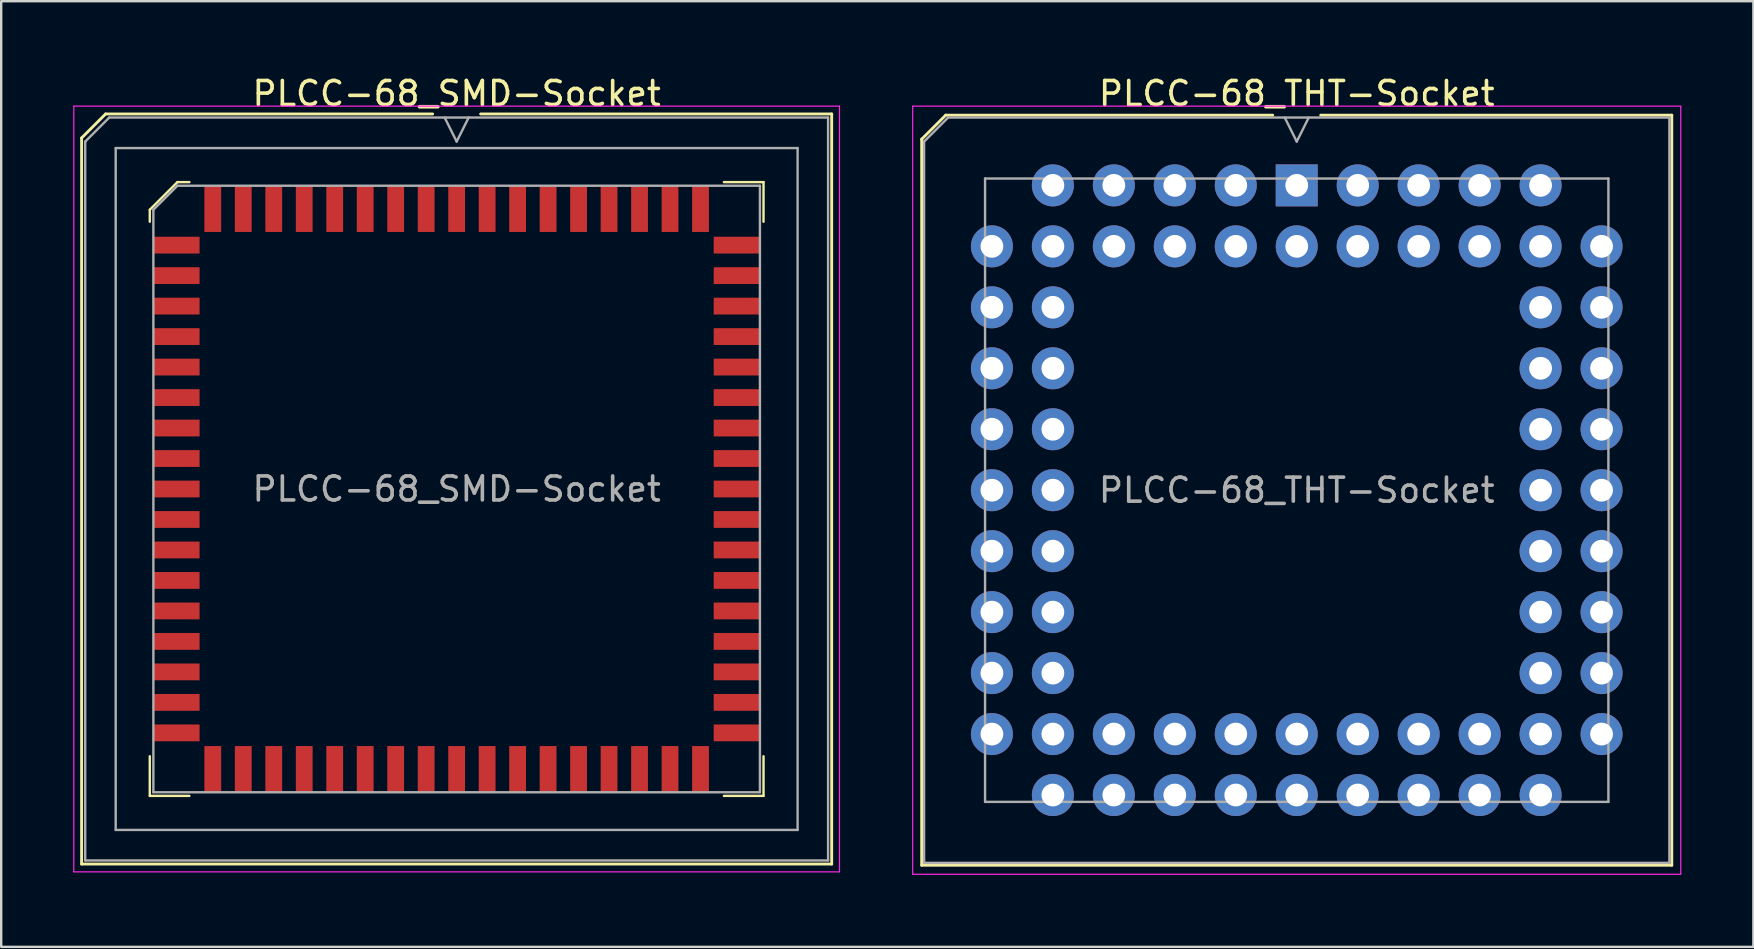
<source format=kicad_pcb>
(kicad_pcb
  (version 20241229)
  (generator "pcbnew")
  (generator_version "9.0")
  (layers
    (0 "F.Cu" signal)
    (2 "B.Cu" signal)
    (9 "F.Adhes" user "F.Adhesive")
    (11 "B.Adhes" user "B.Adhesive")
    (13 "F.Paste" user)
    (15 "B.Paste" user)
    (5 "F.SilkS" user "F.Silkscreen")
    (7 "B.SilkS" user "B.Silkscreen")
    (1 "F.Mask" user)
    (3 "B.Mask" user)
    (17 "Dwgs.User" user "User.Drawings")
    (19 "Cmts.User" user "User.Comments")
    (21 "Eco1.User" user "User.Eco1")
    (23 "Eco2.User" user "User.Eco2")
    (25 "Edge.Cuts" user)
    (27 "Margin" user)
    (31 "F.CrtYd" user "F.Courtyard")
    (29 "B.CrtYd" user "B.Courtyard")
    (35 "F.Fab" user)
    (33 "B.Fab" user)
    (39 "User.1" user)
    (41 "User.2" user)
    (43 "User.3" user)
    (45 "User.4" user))
  (footprint "PLCC-68_THT-Socket"
    (layer "F.Cu")
    (at 50.975 4.673)
    (property "Reference" "PLCC-68_THT-Socket" (at 0 -3.825 0) (layer "F.SilkS") (effects (font (size 1 1) (thickness 0.15))))
    (attr through_hole)
    (fp_line (start -15.625 -1.925) (end -15.625 28.325) (stroke (width 0.12) (type solid)) (layer "F.SilkS"))
    (fp_line (start -15.625 28.325) (end 15.625 28.325) (stroke (width 0.12) (type solid)) (layer "F.SilkS"))
    (fp_line (start -14.625 -2.925) (end -15.625 -1.925) (stroke (width 0.12) (type solid)) (layer "F.SilkS"))
    (fp_line (start -1 -2.925) (end -14.625 -2.925) (stroke (width 0.12) (type solid)) (layer "F.SilkS"))
    (fp_line (start 15.625 -2.925) (end 1 -2.925) (stroke (width 0.12) (type solid)) (layer "F.SilkS"))
    (fp_line (start 15.625 28.325) (end 15.625 -2.925) (stroke (width 0.12) (type solid)) (layer "F.SilkS"))
    (fp_line (start -16 -3.3) (end -16 28.7) (stroke (width 0.05) (type solid)) (layer "F.CrtYd"))
    (fp_line (start -16 28.7) (end 16 28.7) (stroke (width 0.05) (type solid)) (layer "F.CrtYd"))
    (fp_line (start 16 -3.3) (end -16 -3.3) (stroke (width 0.05) (type solid)) (layer "F.CrtYd"))
    (fp_line (start 16 28.7) (end 16 -3.3) (stroke (width 0.05) (type solid)) (layer "F.CrtYd"))
    (fp_line (start -15.525 -1.825) (end -15.525 28.225) (stroke (width 0.1) (type solid)) (layer "F.Fab"))
    (fp_line (start -15.525 28.225) (end 15.525 28.225) (stroke (width 0.1) (type solid)) (layer "F.Fab"))
    (fp_line (start -14.525 -2.825) (end -15.525 -1.825) (stroke (width 0.1) (type solid)) (layer "F.Fab"))
    (fp_line (start -12.985 -0.285) (end -12.985 25.685) (stroke (width 0.1) (type solid)) (layer "F.Fab"))
    (fp_line (start -12.985 25.685) (end 12.985 25.685) (stroke (width 0.1) (type solid)) (layer "F.Fab"))
    (fp_line (start -0.5 -2.825) (end 0 -1.825) (stroke (width 0.1) (type solid)) (layer "F.Fab"))
    (fp_line (start 0 -1.825) (end 0.5 -2.825) (stroke (width 0.1) (type solid)) (layer "F.Fab"))
    (fp_line (start 12.985 -0.285) (end -12.985 -0.285) (stroke (width 0.1) (type solid)) (layer "F.Fab"))
    (fp_line (start 12.985 25.685) (end 12.985 -0.285) (stroke (width 0.1) (type solid)) (layer "F.Fab"))
    (fp_line (start 15.525 -2.825) (end -14.525 -2.825) (stroke (width 0.1) (type solid)) (layer "F.Fab"))
    (fp_line (start 15.525 28.225) (end 15.525 -2.825) (stroke (width 0.1) (type solid)) (layer "F.Fab"))
    (fp_text user "${REFERENCE}" (at 0 12.7 0) (layer "F.Fab") (effects (font (size 1 1) (thickness 0.15))))
    (pad "1" thru_hole rect (at 0 0) (size 1.75 1.75) (drill 0.95) (layers "*.Cu" "*.Mask"))
    (pad "2" thru_hole circle (at 0 2.54) (size 1.75 1.75) (drill 0.95) (layers "*.Cu" "*.Mask"))
    (pad "3" thru_hole circle (at -2.54 0) (size 1.75 1.75) (drill 0.95) (layers "*.Cu" "*.Mask"))
    (pad "4" thru_hole circle (at -2.54 2.54) (size 1.75 1.75) (drill 0.95) (layers "*.Cu" "*.Mask"))
    (pad "5" thru_hole circle (at -5.08 0) (size 1.75 1.75) (drill 0.95) (layers "*.Cu" "*.Mask"))
    (pad "6" thru_hole circle (at -5.08 2.54) (size 1.75 1.75) (drill 0.95) (layers "*.Cu" "*.Mask"))
    (pad "7" thru_hole circle (at -7.62 0) (size 1.75 1.75) (drill 0.95) (layers "*.Cu" "*.Mask"))
    (pad "8" thru_hole circle (at -7.62 2.54) (size 1.75 1.75) (drill 0.95) (layers "*.Cu" "*.Mask"))
    (pad "9" thru_hole circle (at -10.16 0) (size 1.75 1.75) (drill 0.95) (layers "*.Cu" "*.Mask"))
    (pad "10" thru_hole circle (at -12.7 2.54) (size 1.75 1.75) (drill 0.95) (layers "*.Cu" "*.Mask"))
    (pad "11" thru_hole circle (at -10.16 2.54) (size 1.75 1.75) (drill 0.95) (layers "*.Cu" "*.Mask"))
    (pad "12" thru_hole circle (at -12.7 5.08) (size 1.75 1.75) (drill 0.95) (layers "*.Cu" "*.Mask"))
    (pad "13" thru_hole circle (at -10.16 5.08) (size 1.75 1.75) (drill 0.95) (layers "*.Cu" "*.Mask"))
    (pad "14" thru_hole circle (at -12.7 7.62) (size 1.75 1.75) (drill 0.95) (layers "*.Cu" "*.Mask"))
    (pad "15" thru_hole circle (at -10.16 7.62) (size 1.75 1.75) (drill 0.95) (layers "*.Cu" "*.Mask"))
    (pad "16" thru_hole circle (at -12.7 10.16) (size 1.75 1.75) (drill 0.95) (layers "*.Cu" "*.Mask"))
    (pad "17" thru_hole circle (at -10.16 10.16) (size 1.75 1.75) (drill 0.95) (layers "*.Cu" "*.Mask"))
    (pad "18" thru_hole circle (at -12.7 12.7) (size 1.75 1.75) (drill 0.95) (layers "*.Cu" "*.Mask"))
    (pad "19" thru_hole circle (at -10.16 12.7) (size 1.75 1.75) (drill 0.95) (layers "*.Cu" "*.Mask"))
    (pad "20" thru_hole circle (at -12.7 15.24) (size 1.75 1.75) (drill 0.95) (layers "*.Cu" "*.Mask"))
    (pad "21" thru_hole circle (at -10.16 15.24) (size 1.75 1.75) (drill 0.95) (layers "*.Cu" "*.Mask"))
    (pad "22" thru_hole circle (at -12.7 17.78) (size 1.75 1.75) (drill 0.95) (layers "*.Cu" "*.Mask"))
    (pad "23" thru_hole circle (at -10.16 17.78) (size 1.75 1.75) (drill 0.95) (layers "*.Cu" "*.Mask"))
    (pad "24" thru_hole circle (at -12.7 20.32) (size 1.75 1.75) (drill 0.95) (layers "*.Cu" "*.Mask"))
    (pad "25" thru_hole circle (at -10.16 20.32) (size 1.75 1.75) (drill 0.95) (layers "*.Cu" "*.Mask"))
    (pad "26" thru_hole circle (at -12.7 22.86) (size 1.75 1.75) (drill 0.95) (layers "*.Cu" "*.Mask"))
    (pad "27" thru_hole circle (at -10.16 25.4) (size 1.75 1.75) (drill 0.95) (layers "*.Cu" "*.Mask"))
    (pad "28" thru_hole circle (at -10.16 22.86) (size 1.75 1.75) (drill 0.95) (layers "*.Cu" "*.Mask"))
    (pad "29" thru_hole circle (at -7.62 25.4) (size 1.75 1.75) (drill 0.95) (layers "*.Cu" "*.Mask"))
    (pad "30" thru_hole circle (at -7.62 22.86) (size 1.75 1.75) (drill 0.95) (layers "*.Cu" "*.Mask"))
    (pad "31" thru_hole circle (at -5.08 25.4) (size 1.75 1.75) (drill 0.95) (layers "*.Cu" "*.Mask"))
    (pad "32" thru_hole circle (at -5.08 22.86) (size 1.75 1.75) (drill 0.95) (layers "*.Cu" "*.Mask"))
    (pad "33" thru_hole circle (at -2.54 25.4) (size 1.75 1.75) (drill 0.95) (layers "*.Cu" "*.Mask"))
    (pad "34" thru_hole circle (at -2.54 22.86) (size 1.75 1.75) (drill 0.95) (layers "*.Cu" "*.Mask"))
    (pad "35" thru_hole circle (at 0 25.4) (size 1.75 1.75) (drill 0.95) (layers "*.Cu" "*.Mask"))
    (pad "36" thru_hole circle (at 0 22.86) (size 1.75 1.75) (drill 0.95) (layers "*.Cu" "*.Mask"))
    (pad "37" thru_hole circle (at 2.54 25.4) (size 1.75 1.75) (drill 0.95) (layers "*.Cu" "*.Mask"))
    (pad "38" thru_hole circle (at 2.54 22.86) (size 1.75 1.75) (drill 0.95) (layers "*.Cu" "*.Mask"))
    (pad "39" thru_hole circle (at 5.08 25.4) (size 1.75 1.75) (drill 0.95) (layers "*.Cu" "*.Mask"))
    (pad "40" thru_hole circle (at 5.08 22.86) (size 1.75 1.75) (drill 0.95) (layers "*.Cu" "*.Mask"))
    (pad "41" thru_hole circle (at 7.62 25.4) (size 1.75 1.75) (drill 0.95) (layers "*.Cu" "*.Mask"))
    (pad "42" thru_hole circle (at 7.62 22.86) (size 1.75 1.75) (drill 0.95) (layers "*.Cu" "*.Mask"))
    (pad "43" thru_hole circle (at 10.16 25.4) (size 1.75 1.75) (drill 0.95) (layers "*.Cu" "*.Mask"))
    (pad "44" thru_hole circle (at 12.7 22.86) (size 1.75 1.75) (drill 0.95) (layers "*.Cu" "*.Mask"))
    (pad "45" thru_hole circle (at 10.16 22.86) (size 1.75 1.75) (drill 0.95) (layers "*.Cu" "*.Mask"))
    (pad "46" thru_hole circle (at 12.7 20.32) (size 1.75 1.75) (drill 0.95) (layers "*.Cu" "*.Mask"))
    (pad "47" thru_hole circle (at 10.16 20.32) (size 1.75 1.75) (drill 0.95) (layers "*.Cu" "*.Mask"))
    (pad "48" thru_hole circle (at 12.7 17.78) (size 1.75 1.75) (drill 0.95) (layers "*.Cu" "*.Mask"))
    (pad "49" thru_hole circle (at 10.16 17.78) (size 1.75 1.75) (drill 0.95) (layers "*.Cu" "*.Mask"))
    (pad "50" thru_hole circle (at 12.7 15.24) (size 1.75 1.75) (drill 0.95) (layers "*.Cu" "*.Mask"))
    (pad "51" thru_hole circle (at 10.16 15.24) (size 1.75 1.75) (drill 0.95) (layers "*.Cu" "*.Mask"))
    (pad "52" thru_hole circle (at 12.7 12.7) (size 1.75 1.75) (drill 0.95) (layers "*.Cu" "*.Mask"))
    (pad "53" thru_hole circle (at 10.16 12.7) (size 1.75 1.75) (drill 0.95) (layers "*.Cu" "*.Mask"))
    (pad "54" thru_hole circle (at 12.7 10.16) (size 1.75 1.75) (drill 0.95) (layers "*.Cu" "*.Mask"))
    (pad "55" thru_hole circle (at 10.16 10.16) (size 1.75 1.75) (drill 0.95) (layers "*.Cu" "*.Mask"))
    (pad "56" thru_hole circle (at 12.7 7.62) (size 1.75 1.75) (drill 0.95) (layers "*.Cu" "*.Mask"))
    (pad "57" thru_hole circle (at 10.16 7.62) (size 1.75 1.75) (drill 0.95) (layers "*.Cu" "*.Mask"))
    (pad "58" thru_hole circle (at 12.7 5.08) (size 1.75 1.75) (drill 0.95) (layers "*.Cu" "*.Mask"))
    (pad "59" thru_hole circle (at 10.16 5.08) (size 1.75 1.75) (drill 0.95) (layers "*.Cu" "*.Mask"))
    (pad "60" thru_hole circle (at 12.7 2.54) (size 1.75 1.75) (drill 0.95) (layers "*.Cu" "*.Mask"))
    (pad "61" thru_hole circle (at 10.16 0) (size 1.75 1.75) (drill 0.95) (layers "*.Cu" "*.Mask"))
    (pad "62" thru_hole circle (at 10.16 2.54) (size 1.75 1.75) (drill 0.95) (layers "*.Cu" "*.Mask"))
    (pad "63" thru_hole circle (at 7.62 0) (size 1.75 1.75) (drill 0.95) (layers "*.Cu" "*.Mask"))
    (pad "64" thru_hole circle (at 7.62 2.54) (size 1.75 1.75) (drill 0.95) (layers "*.Cu" "*.Mask"))
    (pad "65" thru_hole circle (at 5.08 0) (size 1.75 1.75) (drill 0.95) (layers "*.Cu" "*.Mask"))
    (pad "66" thru_hole circle (at 5.08 2.54) (size 1.75 1.75) (drill 0.95) (layers "*.Cu" "*.Mask"))
    (pad "67" thru_hole circle (at 2.54 0) (size 1.75 1.75) (drill 0.95) (layers "*.Cu" "*.Mask"))
    (pad "68" thru_hole circle (at 2.54 2.54) (size 1.75 1.75) (drill 0.95) (layers "*.Cu" "*.Mask")))
  (footprint "PLCC-68_SMD-Socket"
    (layer "F.Cu")
    (at 15.975 17.323)
    (property "Reference" "PLCC-68_SMD-Socket" (at 0 -16.475 0) (layer "F.SilkS") (effects (font (size 1 1) (thickness 0.15))))
    (attr smd)
    (fp_line (start -15.625 -14.625) (end -15.625 15.625) (stroke (width 0.12) (type solid)) (layer "F.SilkS"))
    (fp_line (start -15.625 15.625) (end 15.625 15.625) (stroke (width 0.12) (type solid)) (layer "F.SilkS"))
    (fp_line (start -14.625 -15.625) (end -15.625 -14.625) (stroke (width 0.12) (type solid)) (layer "F.SilkS"))
    (fp_line (start -12.785 -11.635) (end -12.785 -11.135) (stroke (width 0.1) (type solid)) (layer "F.SilkS"))
    (fp_line (start -12.785 12.785) (end -12.785 11.135) (stroke (width 0.1) (type solid)) (layer "F.SilkS"))
    (fp_line (start -11.635 -12.785) (end -12.785 -11.635) (stroke (width 0.1) (type solid)) (layer "F.SilkS"))
    (fp_line (start -11.135 -12.785) (end -11.635 -12.785) (stroke (width 0.1) (type solid)) (layer "F.SilkS"))
    (fp_line (start -11.135 12.785) (end -12.785 12.785) (stroke (width 0.1) (type solid)) (layer "F.SilkS"))
    (fp_line (start -1 -15.625) (end -14.625 -15.625) (stroke (width 0.12) (type solid)) (layer "F.SilkS"))
    (fp_line (start 11.135 -12.785) (end 12.785 -12.785) (stroke (width 0.1) (type solid)) (layer "F.SilkS"))
    (fp_line (start 11.135 12.785) (end 12.785 12.785) (stroke (width 0.1) (type solid)) (layer "F.SilkS"))
    (fp_line (start 12.785 -12.785) (end 12.785 -11.135) (stroke (width 0.1) (type solid)) (layer "F.SilkS"))
    (fp_line (start 12.785 12.785) (end 12.785 11.135) (stroke (width 0.1) (type solid)) (layer "F.SilkS"))
    (fp_line (start 15.625 -15.625) (end 1 -15.625) (stroke (width 0.12) (type solid)) (layer "F.SilkS"))
    (fp_line (start 15.625 15.625) (end 15.625 -15.625) (stroke (width 0.12) (type solid)) (layer "F.SilkS"))
    (fp_line (start -15.95 -15.95) (end -15.95 15.95) (stroke (width 0.05) (type solid)) (layer "F.CrtYd"))
    (fp_line (start -15.95 15.95) (end 15.95 15.95) (stroke (width 0.05) (type solid)) (layer "F.CrtYd"))
    (fp_line (start 15.95 -15.95) (end -15.95 -15.95) (stroke (width 0.05) (type solid)) (layer "F.CrtYd"))
    (fp_line (start 15.95 15.95) (end 15.95 -15.95) (stroke (width 0.05) (type solid)) (layer "F.CrtYd"))
    (fp_line (start -15.475 -14.475) (end -15.475 15.475) (stroke (width 0.1) (type solid)) (layer "F.Fab"))
    (fp_line (start -15.475 15.475) (end 15.475 15.475) (stroke (width 0.1) (type solid)) (layer "F.Fab"))
    (fp_line (start -14.475 -15.475) (end -15.475 -14.475) (stroke (width 0.1) (type solid)) (layer "F.Fab"))
    (fp_line (start -14.205 -14.205) (end -14.205 14.205) (stroke (width 0.1) (type solid)) (layer "F.Fab"))
    (fp_line (start -14.205 14.205) (end 14.205 14.205) (stroke (width 0.1) (type solid)) (layer "F.Fab"))
    (fp_line (start -12.635 -11.635) (end -12.635 12.635) (stroke (width 0.1) (type solid)) (layer "F.Fab"))
    (fp_line (start -12.635 12.635) (end 12.635 12.635) (stroke (width 0.1) (type solid)) (layer "F.Fab"))
    (fp_line (start -11.635 -12.635) (end -12.635 -11.635) (stroke (width 0.1) (type solid)) (layer "F.Fab"))
    (fp_line (start -0.5 -15.475) (end 0 -14.475) (stroke (width 0.1) (type solid)) (layer "F.Fab"))
    (fp_line (start 0 -14.475) (end 0.5 -15.475) (stroke (width 0.1) (type solid)) (layer "F.Fab"))
    (fp_line (start 12.635 -12.635) (end -11.635 -12.635) (stroke (width 0.1) (type solid)) (layer "F.Fab"))
    (fp_line (start 12.635 12.635) (end 12.635 -12.635) (stroke (width 0.1) (type solid)) (layer "F.Fab"))
    (fp_line (start 14.205 -14.205) (end -14.205 -14.205) (stroke (width 0.1) (type solid)) (layer "F.Fab"))
    (fp_line (start 14.205 14.205) (end 14.205 -14.205) (stroke (width 0.1) (type solid)) (layer "F.Fab"))
    (fp_line (start 15.475 -15.475) (end -14.475 -15.475) (stroke (width 0.1) (type solid)) (layer "F.Fab"))
    (fp_line (start 15.475 15.475) (end 15.475 -15.475) (stroke (width 0.1) (type solid)) (layer "F.Fab"))
    (fp_text user "${REFERENCE}" (at 0 0 0) (layer "F.Fab") (effects (font (size 1 1) (thickness 0.15))))
    (pad "1" smd rect (at 0 -11.672) (size 0.7 1.925) (layers "F.Cu" "F.Mask" "F.Paste"))
    (pad "2" smd rect (at -1.27 -11.672) (size 0.7 1.925) (layers "F.Cu" "F.Mask" "F.Paste"))
    (pad "3" smd rect (at -2.54 -11.672) (size 0.7 1.925) (layers "F.Cu" "F.Mask" "F.Paste"))
    (pad "4" smd rect (at -3.81 -11.672) (size 0.7 1.925) (layers "F.Cu" "F.Mask" "F.Paste"))
    (pad "5" smd rect (at -5.08 -11.672) (size 0.7 1.925) (layers "F.Cu" "F.Mask" "F.Paste"))
    (pad "6" smd rect (at -6.35 -11.672) (size 0.7 1.925) (layers "F.Cu" "F.Mask" "F.Paste"))
    (pad "7" smd rect (at -7.62 -11.672) (size 0.7 1.925) (layers "F.Cu" "F.Mask" "F.Paste"))
    (pad "8" smd rect (at -8.89 -11.672) (size 0.7 1.925) (layers "F.Cu" "F.Mask" "F.Paste"))
    (pad "9" smd rect (at -10.16 -11.672) (size 0.7 1.925) (layers "F.Cu" "F.Mask" "F.Paste"))
    (pad "10" smd rect (at -11.672 -10.16) (size 1.925 0.7) (layers "F.Cu" "F.Mask" "F.Paste"))
    (pad "11" smd rect (at -11.672 -8.89) (size 1.925 0.7) (layers "F.Cu" "F.Mask" "F.Paste"))
    (pad "12" smd rect (at -11.672 -7.62) (size 1.925 0.7) (layers "F.Cu" "F.Mask" "F.Paste"))
    (pad "13" smd rect (at -11.672 -6.35) (size 1.925 0.7) (layers "F.Cu" "F.Mask" "F.Paste"))
    (pad "14" smd rect (at -11.672 -5.08) (size 1.925 0.7) (layers "F.Cu" "F.Mask" "F.Paste"))
    (pad "15" smd rect (at -11.672 -3.81) (size 1.925 0.7) (layers "F.Cu" "F.Mask" "F.Paste"))
    (pad "16" smd rect (at -11.672 -2.54) (size 1.925 0.7) (layers "F.Cu" "F.Mask" "F.Paste"))
    (pad "17" smd rect (at -11.672 -1.27) (size 1.925 0.7) (layers "F.Cu" "F.Mask" "F.Paste"))
    (pad "18" smd rect (at -11.672 0) (size 1.925 0.7) (layers "F.Cu" "F.Mask" "F.Paste"))
    (pad "19" smd rect (at -11.672 1.27) (size 1.925 0.7) (layers "F.Cu" "F.Mask" "F.Paste"))
    (pad "20" smd rect (at -11.672 2.54) (size 1.925 0.7) (layers "F.Cu" "F.Mask" "F.Paste"))
    (pad "21" smd rect (at -11.672 3.81) (size 1.925 0.7) (layers "F.Cu" "F.Mask" "F.Paste"))
    (pad "22" smd rect (at -11.672 5.08) (size 1.925 0.7) (layers "F.Cu" "F.Mask" "F.Paste"))
    (pad "23" smd rect (at -11.672 6.35) (size 1.925 0.7) (layers "F.Cu" "F.Mask" "F.Paste"))
    (pad "24" smd rect (at -11.672 7.62) (size 1.925 0.7) (layers "F.Cu" "F.Mask" "F.Paste"))
    (pad "25" smd rect (at -11.672 8.89) (size 1.925 0.7) (layers "F.Cu" "F.Mask" "F.Paste"))
    (pad "26" smd rect (at -11.672 10.16) (size 1.925 0.7) (layers "F.Cu" "F.Mask" "F.Paste"))
    (pad "27" smd rect (at -10.16 11.672) (size 0.7 1.925) (layers "F.Cu" "F.Mask" "F.Paste"))
    (pad "28" smd rect (at -8.89 11.672) (size 0.7 1.925) (layers "F.Cu" "F.Mask" "F.Paste"))
    (pad "29" smd rect (at -7.62 11.672) (size 0.7 1.925) (layers "F.Cu" "F.Mask" "F.Paste"))
    (pad "30" smd rect (at -6.35 11.672) (size 0.7 1.925) (layers "F.Cu" "F.Mask" "F.Paste"))
    (pad "31" smd rect (at -5.08 11.672) (size 0.7 1.925) (layers "F.Cu" "F.Mask" "F.Paste"))
    (pad "32" smd rect (at -3.81 11.672) (size 0.7 1.925) (layers "F.Cu" "F.Mask" "F.Paste"))
    (pad "33" smd rect (at -2.54 11.672) (size 0.7 1.925) (layers "F.Cu" "F.Mask" "F.Paste"))
    (pad "34" smd rect (at -1.27 11.672) (size 0.7 1.925) (layers "F.Cu" "F.Mask" "F.Paste"))
    (pad "35" smd rect (at 0 11.672) (size 0.7 1.925) (layers "F.Cu" "F.Mask" "F.Paste"))
    (pad "36" smd rect (at 1.27 11.672) (size 0.7 1.925) (layers "F.Cu" "F.Mask" "F.Paste"))
    (pad "37" smd rect (at 2.54 11.672) (size 0.7 1.925) (layers "F.Cu" "F.Mask" "F.Paste"))
    (pad "38" smd rect (at 3.81 11.672) (size 0.7 1.925) (layers "F.Cu" "F.Mask" "F.Paste"))
    (pad "39" smd rect (at 5.08 11.672) (size 0.7 1.925) (layers "F.Cu" "F.Mask" "F.Paste"))
    (pad "40" smd rect (at 6.35 11.672) (size 0.7 1.925) (layers "F.Cu" "F.Mask" "F.Paste"))
    (pad "41" smd rect (at 7.62 11.672) (size 0.7 1.925) (layers "F.Cu" "F.Mask" "F.Paste"))
    (pad "42" smd rect (at 8.89 11.672) (size 0.7 1.925) (layers "F.Cu" "F.Mask" "F.Paste"))
    (pad "43" smd rect (at 10.16 11.672) (size 0.7 1.925) (layers "F.Cu" "F.Mask" "F.Paste"))
    (pad "44" smd rect (at 11.672 10.16) (size 1.925 0.7) (layers "F.Cu" "F.Mask" "F.Paste"))
    (pad "45" smd rect (at 11.672 8.89) (size 1.925 0.7) (layers "F.Cu" "F.Mask" "F.Paste"))
    (pad "46" smd rect (at 11.672 7.62) (size 1.925 0.7) (layers "F.Cu" "F.Mask" "F.Paste"))
    (pad "47" smd rect (at 11.672 6.35) (size 1.925 0.7) (layers "F.Cu" "F.Mask" "F.Paste"))
    (pad "48" smd rect (at 11.672 5.08) (size 1.925 0.7) (layers "F.Cu" "F.Mask" "F.Paste"))
    (pad "49" smd rect (at 11.672 3.81) (size 1.925 0.7) (layers "F.Cu" "F.Mask" "F.Paste"))
    (pad "50" smd rect (at 11.672 2.54) (size 1.925 0.7) (layers "F.Cu" "F.Mask" "F.Paste"))
    (pad "51" smd rect (at 11.672 1.27) (size 1.925 0.7) (layers "F.Cu" "F.Mask" "F.Paste"))
    (pad "52" smd rect (at 11.672 0) (size 1.925 0.7) (layers "F.Cu" "F.Mask" "F.Paste"))
    (pad "53" smd rect (at 11.672 -1.27) (size 1.925 0.7) (layers "F.Cu" "F.Mask" "F.Paste"))
    (pad "54" smd rect (at 11.672 -2.54) (size 1.925 0.7) (layers "F.Cu" "F.Mask" "F.Paste"))
    (pad "55" smd rect (at 11.672 -3.81) (size 1.925 0.7) (layers "F.Cu" "F.Mask" "F.Paste"))
    (pad "56" smd rect (at 11.672 -5.08) (size 1.925 0.7) (layers "F.Cu" "F.Mask" "F.Paste"))
    (pad "57" smd rect (at 11.672 -6.35) (size 1.925 0.7) (layers "F.Cu" "F.Mask" "F.Paste"))
    (pad "58" smd rect (at 11.672 -7.62) (size 1.925 0.7) (layers "F.Cu" "F.Mask" "F.Paste"))
    (pad "59" smd rect (at 11.672 -8.89) (size 1.925 0.7) (layers "F.Cu" "F.Mask" "F.Paste"))
    (pad "60" smd rect (at 11.672 -10.16) (size 1.925 0.7) (layers "F.Cu" "F.Mask" "F.Paste"))
    (pad "61" smd rect (at 10.16 -11.672) (size 0.7 1.925) (layers "F.Cu" "F.Mask" "F.Paste"))
    (pad "62" smd rect (at 8.89 -11.672) (size 0.7 1.925) (layers "F.Cu" "F.Mask" "F.Paste"))
    (pad "63" smd rect (at 7.62 -11.672) (size 0.7 1.925) (layers "F.Cu" "F.Mask" "F.Paste"))
    (pad "64" smd rect (at 6.35 -11.672) (size 0.7 1.925) (layers "F.Cu" "F.Mask" "F.Paste"))
    (pad "65" smd rect (at 5.08 -11.672) (size 0.7 1.925) (layers "F.Cu" "F.Mask" "F.Paste"))
    (pad "66" smd rect (at 3.81 -11.672) (size 0.7 1.925) (layers "F.Cu" "F.Mask" "F.Paste"))
    (pad "67" smd rect (at 2.54 -11.672) (size 0.7 1.925) (layers "F.Cu" "F.Mask" "F.Paste"))
    (pad "68" smd rect (at 1.27 -11.672) (size 0.7 1.925) (layers "F.Cu" "F.Mask" "F.Paste")))
  (gr_rect
    (start -3 -3)
    (end 70 36.398)
    (stroke (width 0.1) (type default))
    (fill no)
    (layer "Edge.Cuts")))
</source>
